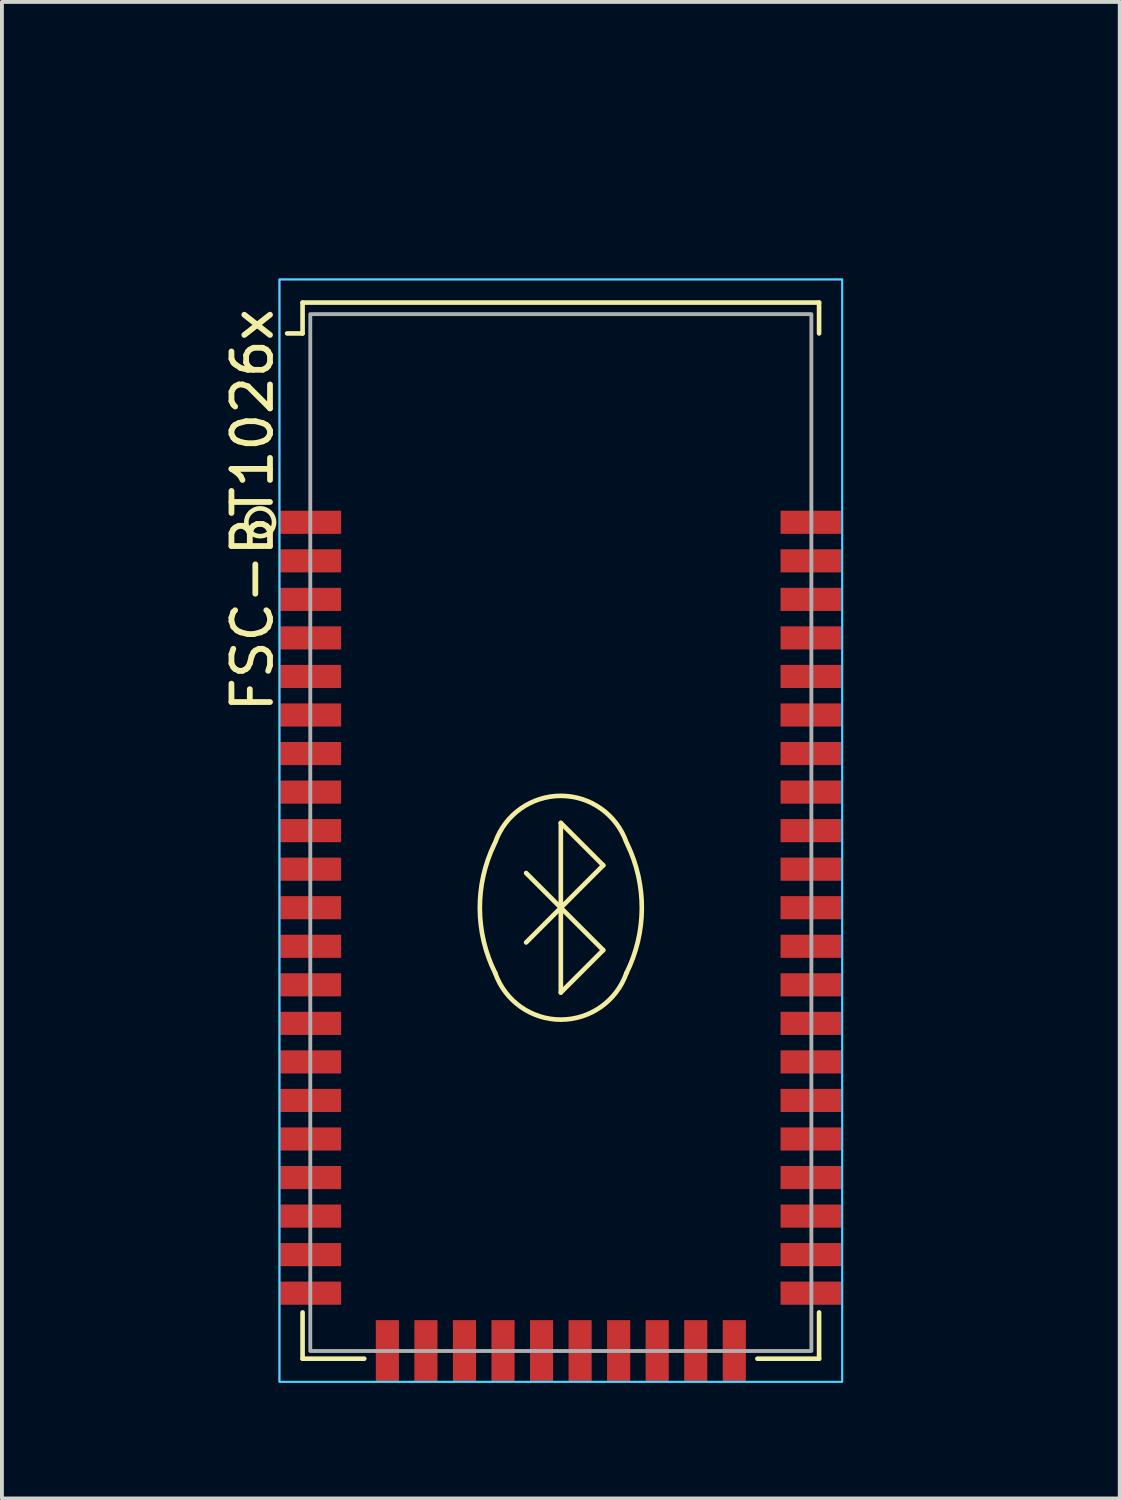
<source format=kicad_pcb>
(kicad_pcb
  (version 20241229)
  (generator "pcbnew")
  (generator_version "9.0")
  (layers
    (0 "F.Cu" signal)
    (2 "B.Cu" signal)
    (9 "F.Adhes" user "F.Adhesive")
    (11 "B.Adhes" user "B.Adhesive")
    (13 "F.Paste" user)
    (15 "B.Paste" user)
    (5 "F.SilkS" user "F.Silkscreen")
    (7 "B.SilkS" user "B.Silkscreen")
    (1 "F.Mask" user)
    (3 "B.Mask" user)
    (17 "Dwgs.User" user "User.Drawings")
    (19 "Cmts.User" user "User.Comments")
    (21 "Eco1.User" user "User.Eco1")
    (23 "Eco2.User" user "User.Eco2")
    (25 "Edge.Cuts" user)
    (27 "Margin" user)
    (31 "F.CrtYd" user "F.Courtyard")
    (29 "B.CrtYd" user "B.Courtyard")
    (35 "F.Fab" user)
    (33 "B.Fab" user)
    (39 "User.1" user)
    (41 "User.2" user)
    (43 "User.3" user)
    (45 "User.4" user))
  (footprint "FSC-BT1026x"
    (layer "F.Cu")
    (at 11.5 20.5)
    (property "Reference" "FSC-BT1026x" (at -8 -5 270) (layer "F.SilkS") (effects (font (size 1 1) (thickness 0.15)) (justify left)))
    (attr smd)
    (fp_line (start -6.7 -15.7) (end 6.7 -15.7) (stroke (width 0.12) (type default)) (layer "F.SilkS"))
    (fp_line (start -6.7 -14.9) (end -7.1 -14.9) (stroke (width 0.12) (type default)) (layer "F.SilkS"))
    (fp_line (start -6.7 -14.9) (end -6.7 -15.7) (stroke (width 0.12) (type default)) (layer "F.SilkS"))
    (fp_line (start -6.7 11.7) (end -6.7 10.5) (stroke (width 0.12) (type default)) (layer "F.SilkS"))
    (fp_line (start -5.1 11.7) (end -6.7 11.7) (stroke (width 0.12) (type default)) (layer "F.SilkS"))
    (fp_line (start -0.9 0.9) (end 1.1 -1.1) (stroke (width 0.12) (type default)) (layer "F.SilkS"))
    (fp_line (start 0 -2.2) (end 0 2.2) (stroke (width 0.12) (type default)) (layer "F.SilkS"))
    (fp_line (start 0 2.2) (end 1.098 1.102) (stroke (width 0.12) (type default)) (layer "F.SilkS"))
    (fp_line (start 1.1 -1.1) (end 0 -2.2) (stroke (width 0.12) (type default)) (layer "F.SilkS"))
    (fp_line (start 1.1 1.1) (end -0.9 -0.9) (stroke (width 0.12) (type default)) (layer "F.SilkS"))
    (fp_line (start 5.1 11.7) (end 6.7 11.7) (stroke (width 0.12) (type default)) (layer "F.SilkS"))
    (fp_line (start 6.7 -15.7) (end 6.7 -14.9) (stroke (width 0.12) (type default)) (layer "F.SilkS"))
    (fp_line (start 6.7 11.7) (end 6.7 10.5) (stroke (width 0.12) (type default)) (layer "F.SilkS"))
    (fp_arc (start -1.699999 -1.7) (mid 0 -2.902775) (end 1.699999 -1.7) (stroke (width 0.12) (type default)) (layer "F.SilkS"))
    (fp_arc (start -1.699998 1.7) (mid -2.101243 0.023178) (end -1.720476 -1.658413) (stroke (width 0.12) (type default)) (layer "F.SilkS"))
    (fp_arc (start 1.699999 1.7) (mid 0 2.902775) (end -1.699999 1.7) (stroke (width 0.12) (type default)) (layer "F.SilkS"))
    (fp_arc (start 1.720476 -1.658413) (mid 2.101244 0.023178) (end 1.699998 1.7) (stroke (width 0.12) (type default)) (layer "F.SilkS"))
    (fp_circle (center -7.8 -10) (end -7.6 -9.7) (stroke (width 0.12) (type default)) (fill no) (layer "F.SilkS"))
    (fp_rect (start -7.3 -16.3) (end 7.3 12.3) (stroke (width 0.05) (type default)) (fill no) (layer "B.CrtYd"))
    (fp_rect (start -7.3 -16.3) (end 7.3 12.3) (stroke (width 0.05) (type default)) (fill no) (layer "F.CrtYd"))
    (fp_rect (start -6.5 -15.4) (end 6.5 11.5) (stroke (width 0.1) (type default)) (fill no) (layer "F.Fab"))
    (fp_line (start -1.5 -15) (end -5.5 -15) (stroke (width 0.12) (type default)) (layer "User.2"))
    (fp_line (start -1.5 -12.5) (end -1.5 -15) (stroke (width 0.12) (type default)) (layer "User.2"))
    (fp_line (start 0 -15) (end 0 -12.5) (stroke (width 0.12) (type default)) (layer "User.2"))
    (fp_line (start 0 -12.5) (end -1.5 -12.5) (stroke (width 0.12) (type default)) (layer "User.2"))
    (fp_line (start 1.5 -15) (end 0 -15) (stroke (width 0.12) (type default)) (layer "User.2"))
    (fp_line (start 1.5 -12.5) (end 1.5 -15) (stroke (width 0.12) (type default)) (layer "User.2"))
    (fp_line (start 3 -15) (end 3 -12.5) (stroke (width 0.12) (type default)) (layer "User.2"))
    (fp_line (start 3 -12.5) (end 1.5 -12.5) (stroke (width 0.12) (type default)) (layer "User.2"))
    (fp_line (start 5 -15) (end 3 -15) (stroke (width 0.12) (type default)) (layer "User.2"))
    (fp_line (start 5 -11) (end 5 -15) (stroke (width 0.12) (type default)) (layer "User.2"))
    (fp_text user "Keep Out Zoone" (at -6 -17 0) (unlocked yes) (layer "User.2") (effects (font (size 1 1) (thickness 0.15)) (justify left bottom)))
    (pad "1" smd rect (at -6.5 -10) (size 1.6 0.6) (layers "F.Cu" "F.Mask" "F.Paste"))
    (pad "2" smd rect (at -6.5 -9) (size 1.6 0.6) (layers "F.Cu" "F.Mask" "F.Paste"))
    (pad "3" smd rect (at -6.5 -8) (size 1.6 0.6) (layers "F.Cu" "F.Mask" "F.Paste"))
    (pad "4" smd rect (at -6.5 -7) (size 1.6 0.6) (layers "F.Cu" "F.Mask" "F.Paste"))
    (pad "5" smd rect (at -6.5 -6) (size 1.6 0.6) (layers "F.Cu" "F.Mask" "F.Paste"))
    (pad "6" smd rect (at -6.5 -5) (size 1.6 0.6) (layers "F.Cu" "F.Mask" "F.Paste"))
    (pad "7" smd rect (at -6.5 -4) (size 1.6 0.6) (layers "F.Cu" "F.Mask" "F.Paste"))
    (pad "8" smd rect (at -6.5 -3) (size 1.6 0.6) (layers "F.Cu" "F.Mask" "F.Paste"))
    (pad "9" smd rect (at -6.5 -2) (size 1.6 0.6) (layers "F.Cu" "F.Mask" "F.Paste"))
    (pad "10" smd rect (at -6.5 -1) (size 1.6 0.6) (layers "F.Cu" "F.Mask" "F.Paste"))
    (pad "11" smd rect (at -6.5 0) (size 1.6 0.6) (layers "F.Cu" "F.Mask" "F.Paste"))
    (pad "12" smd rect (at -6.5 1) (size 1.6 0.6) (layers "F.Cu" "F.Mask" "F.Paste"))
    (pad "13" smd rect (at -6.5 2) (size 1.6 0.6) (layers "F.Cu" "F.Mask" "F.Paste"))
    (pad "14" smd rect (at -6.5 3) (size 1.6 0.6) (layers "F.Cu" "F.Mask" "F.Paste"))
    (pad "15" smd rect (at -6.5 4) (size 1.6 0.6) (layers "F.Cu" "F.Mask" "F.Paste"))
    (pad "16" smd rect (at -6.5 5) (size 1.6 0.6) (layers "F.Cu" "F.Mask" "F.Paste"))
    (pad "17" smd rect (at -6.5 6) (size 1.6 0.6) (layers "F.Cu" "F.Mask" "F.Paste"))
    (pad "18" smd rect (at -6.5 7) (size 1.6 0.6) (layers "F.Cu" "F.Mask" "F.Paste"))
    (pad "19" smd rect (at -6.5 8) (size 1.6 0.6) (layers "F.Cu" "F.Mask" "F.Paste"))
    (pad "20" smd rect (at -6.5 9) (size 1.6 0.6) (layers "F.Cu" "F.Mask" "F.Paste"))
    (pad "21" smd rect (at -6.5 10) (size 1.6 0.6) (layers "F.Cu" "F.Mask" "F.Paste"))
    (pad "22" smd rect (at -4.5 11.5 90) (size 1.6 0.6) (layers "F.Cu" "F.Mask" "F.Paste"))
    (pad "23" smd rect (at -3.5 11.5 90) (size 1.6 0.6) (layers "F.Cu" "F.Mask" "F.Paste"))
    (pad "24" smd rect (at -2.5 11.5 90) (size 1.6 0.6) (layers "F.Cu" "F.Mask" "F.Paste"))
    (pad "25" smd rect (at -1.5 11.5 90) (size 1.6 0.6) (layers "F.Cu" "F.Mask" "F.Paste"))
    (pad "26" smd rect (at -0.5 11.5 90) (size 1.6 0.6) (layers "F.Cu" "F.Mask" "F.Paste"))
    (pad "27" smd rect (at 0.5 11.5 90) (size 1.6 0.6) (layers "F.Cu" "F.Mask" "F.Paste"))
    (pad "28" smd rect (at 1.5 11.5 90) (size 1.6 0.6) (layers "F.Cu" "F.Mask" "F.Paste"))
    (pad "29" smd rect (at 2.5 11.5 90) (size 1.6 0.6) (layers "F.Cu" "F.Mask" "F.Paste"))
    (pad "30" smd rect (at 3.5 11.5 90) (size 1.6 0.6) (layers "F.Cu" "F.Mask" "F.Paste"))
    (pad "31" smd rect (at 4.5 11.5 90) (size 1.6 0.6) (layers "F.Cu" "F.Mask" "F.Paste"))
    (pad "32" smd rect (at 6.5 10 180) (size 1.6 0.6) (layers "F.Cu" "F.Mask" "F.Paste"))
    (pad "33" smd rect (at 6.5 9 180) (size 1.6 0.6) (layers "F.Cu" "F.Mask" "F.Paste"))
    (pad "34" smd rect (at 6.5 8 180) (size 1.6 0.6) (layers "F.Cu" "F.Mask" "F.Paste"))
    (pad "35" smd rect (at 6.5 7 180) (size 1.6 0.6) (layers "F.Cu" "F.Mask" "F.Paste"))
    (pad "36" smd rect (at 6.5 6 180) (size 1.6 0.6) (layers "F.Cu" "F.Mask" "F.Paste"))
    (pad "37" smd rect (at 6.5 5 180) (size 1.6 0.6) (layers "F.Cu" "F.Mask" "F.Paste"))
    (pad "38" smd rect (at 6.5 4 180) (size 1.6 0.6) (layers "F.Cu" "F.Mask" "F.Paste"))
    (pad "39" smd rect (at 6.5 3 180) (size 1.6 0.6) (layers "F.Cu" "F.Mask" "F.Paste"))
    (pad "40" smd rect (at 6.5 2 180) (size 1.6 0.6) (layers "F.Cu" "F.Mask" "F.Paste"))
    (pad "41" smd rect (at 6.5 1 180) (size 1.6 0.6) (layers "F.Cu" "F.Mask" "F.Paste"))
    (pad "42" smd rect (at 6.5 0 180) (size 1.6 0.6) (layers "F.Cu" "F.Mask" "F.Paste"))
    (pad "43" smd rect (at 6.5 -1 180) (size 1.6 0.6) (layers "F.Cu" "F.Mask" "F.Paste"))
    (pad "44" smd rect (at 6.5 -2 180) (size 1.6 0.6) (layers "F.Cu" "F.Mask" "F.Paste"))
    (pad "45" smd rect (at 6.5 -3 180) (size 1.6 0.6) (layers "F.Cu" "F.Mask" "F.Paste"))
    (pad "46" smd rect (at 6.5 -4 180) (size 1.6 0.6) (layers "F.Cu" "F.Mask" "F.Paste"))
    (pad "47" smd rect (at 6.5 -5 180) (size 1.6 0.6) (layers "F.Cu" "F.Mask" "F.Paste"))
    (pad "48" smd rect (at 6.5 -6 180) (size 1.6 0.6) (layers "F.Cu" "F.Mask" "F.Paste"))
    (pad "49" smd rect (at 6.5 -7 180) (size 1.6 0.6) (layers "F.Cu" "F.Mask" "F.Paste"))
    (pad "50" smd rect (at 6.5 -8 180) (size 1.6 0.6) (layers "F.Cu" "F.Mask" "F.Paste"))
    (pad "51" smd rect (at 6.5 -9 180) (size 1.6 0.6) (layers "F.Cu" "F.Mask" "F.Paste"))
    (pad "52" smd rect (at 6.5 -10 180) (size 1.6 0.6) (layers "F.Cu" "F.Mask" "F.Paste"))
    (zone (net_name "") (layer "F.Cu") (name "RF-Keep-Out") (hatch edge 0.5) (connect_pads) (min_thickness 0.25) (filled_areas_thickness no) (keepout (tracks not_allowed) (vias not_allowed) (pads not_allowed) (copperpour not_allowed) (footprints not_allowed)) (placement (enabled no)) (fill) (polygon (pts (xy 0 0) (xy 23 0) (xy 23 10.2) (xy 0 10.2)))))
  (gr_rect
    (start -3 -3)
    (end 26 35.825)
    (stroke (width 0.1) (type default))
    (fill no)
    (layer "Edge.Cuts")))
</source>
